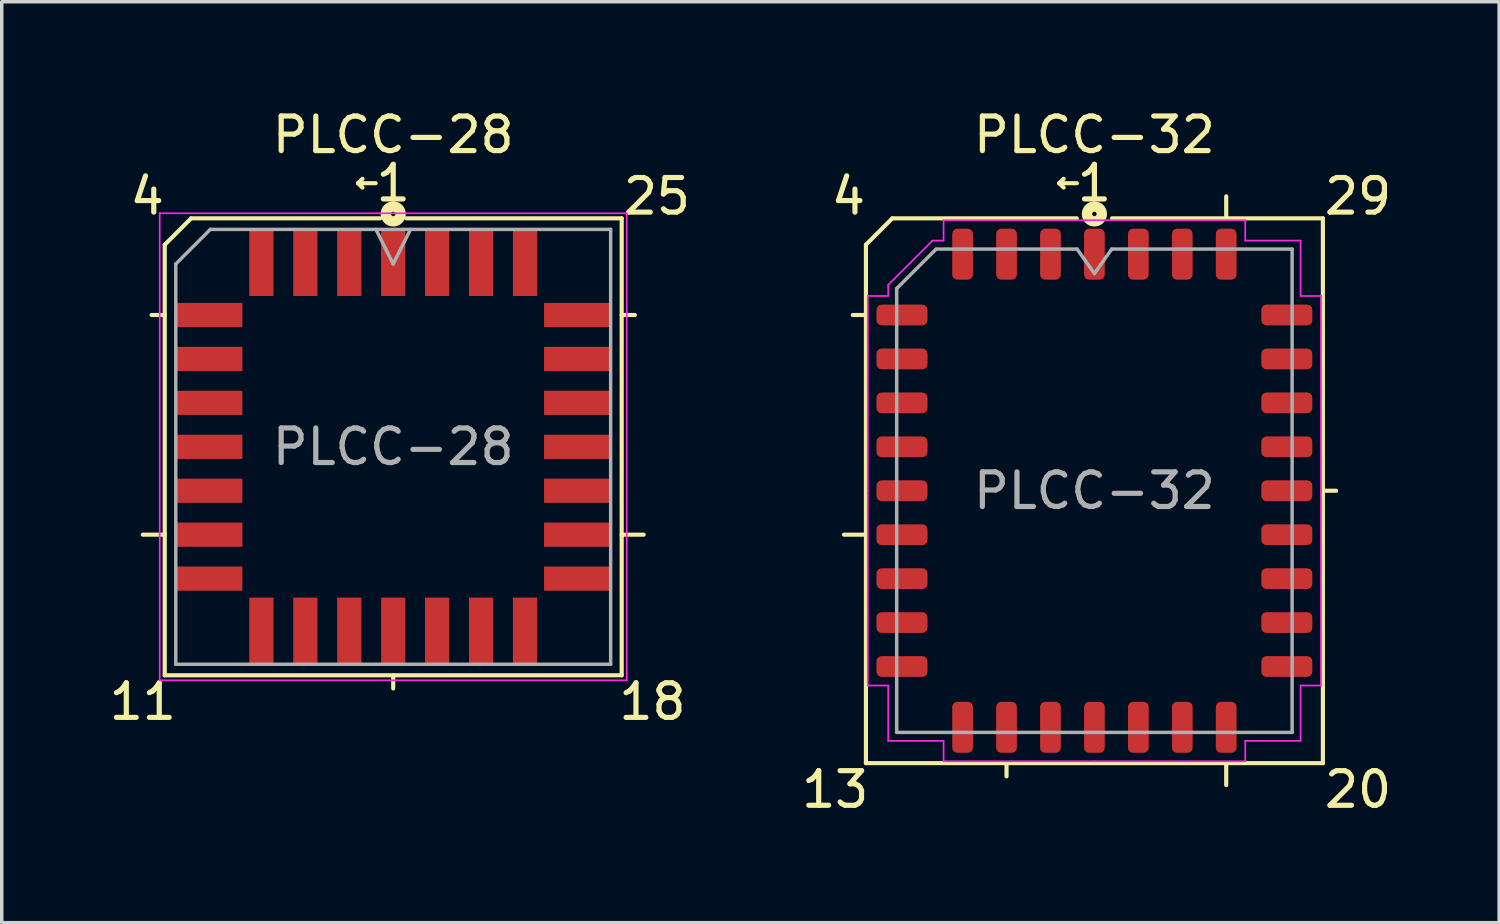
<source format=kicad_pcb>
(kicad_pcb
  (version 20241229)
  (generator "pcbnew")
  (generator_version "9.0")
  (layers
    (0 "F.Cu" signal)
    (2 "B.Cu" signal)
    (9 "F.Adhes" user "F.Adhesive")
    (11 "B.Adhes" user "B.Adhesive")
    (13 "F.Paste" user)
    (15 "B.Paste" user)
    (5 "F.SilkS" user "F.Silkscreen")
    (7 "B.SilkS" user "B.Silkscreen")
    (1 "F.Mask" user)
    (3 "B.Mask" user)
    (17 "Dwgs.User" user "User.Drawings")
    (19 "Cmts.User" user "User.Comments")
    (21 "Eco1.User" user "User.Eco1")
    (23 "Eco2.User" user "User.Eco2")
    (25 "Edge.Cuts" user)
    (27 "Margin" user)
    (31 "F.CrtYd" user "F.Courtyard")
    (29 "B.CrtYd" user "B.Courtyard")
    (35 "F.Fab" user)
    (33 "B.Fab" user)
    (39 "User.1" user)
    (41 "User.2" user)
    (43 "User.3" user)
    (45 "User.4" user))
  (footprint "PLCC-32"
    (layer "F.Cu")
    (at 28.584 11.135)
    (property "Reference" "PLCC-32" (at 0 -10.287 0) (layer "F.SilkS") (effects (font (size 1 1) (thickness 0.15))))
    (attr smd)
    (fp_line (start -6.604 -7.112) (end -6.604 7.874) (stroke (width 0.12) (type solid)) (layer "F.SilkS"))
    (fp_line (start -6.604 -5.08) (end -6.985 -5.08) (stroke (width 0.12) (type solid)) (layer "F.SilkS"))
    (fp_line (start -6.604 1.27) (end -7.239 1.27) (stroke (width 0.12) (type solid)) (layer "F.SilkS"))
    (fp_line (start -6.604 7.874) (end 6.604 7.874) (stroke (width 0.12) (type solid)) (layer "F.SilkS"))
    (fp_line (start -5.842 -7.874) (end -6.604 -7.112) (stroke (width 0.12) (type solid)) (layer "F.SilkS"))
    (fp_line (start -2.54 7.874) (end -2.54 8.255) (stroke (width 0.12) (type solid)) (layer "F.SilkS"))
    (fp_line (start -1.016 -8.89) (end -0.889 -9.017) (stroke (width 0.12) (type solid)) (layer "F.SilkS"))
    (fp_line (start -1.016 -8.89) (end -0.889 -8.763) (stroke (width 0.12) (type solid)) (layer "F.SilkS"))
    (fp_line (start -0.508 -8.89) (end -1.016 -8.89) (stroke (width 0.12) (type solid)) (layer "F.SilkS"))
    (fp_line (start -0.508 -7.874) (end -5.842 -7.874) (stroke (width 0.12) (type solid)) (layer "F.SilkS"))
    (fp_line (start 3.81 -7.874) (end 3.81 -8.509) (stroke (width 0.12) (type solid)) (layer "F.SilkS"))
    (fp_line (start 3.81 7.874) (end 3.81 8.509) (stroke (width 0.12) (type solid)) (layer "F.SilkS"))
    (fp_line (start 6.604 -7.874) (end 0.508 -7.874) (stroke (width 0.12) (type solid)) (layer "F.SilkS"))
    (fp_line (start 6.604 0) (end 6.985 0) (stroke (width 0.12) (type solid)) (layer "F.SilkS"))
    (fp_line (start 6.604 7.874) (end 6.604 -7.874) (stroke (width 0.12) (type solid)) (layer "F.SilkS"))
    (fp_circle (center 0 -8.001) (end 0.064 -8.001) (stroke (width 0.3) (type solid)) (fill no) (layer "F.SilkS"))
    (fp_line (start -6.55 -5.63) (end -6.55 0) (stroke (width 0.05) (type solid)) (layer "F.CrtYd"))
    (fp_line (start -6.55 5.63) (end -6.55 0) (stroke (width 0.05) (type solid)) (layer "F.CrtYd"))
    (fp_line (start -5.96 -5.95) (end -5.96 -5.63) (stroke (width 0.05) (type solid)) (layer "F.CrtYd"))
    (fp_line (start -5.96 -5.63) (end -6.55 -5.63) (stroke (width 0.05) (type solid)) (layer "F.CrtYd"))
    (fp_line (start -5.96 5.63) (end -6.55 5.63) (stroke (width 0.05) (type solid)) (layer "F.CrtYd"))
    (fp_line (start -5.96 7.23) (end -5.96 5.63) (stroke (width 0.05) (type solid)) (layer "F.CrtYd"))
    (fp_line (start -4.68 -7.23) (end -5.96 -5.95) (stroke (width 0.05) (type solid)) (layer "F.CrtYd"))
    (fp_line (start -4.36 -7.82) (end -4.36 -7.23) (stroke (width 0.05) (type solid)) (layer "F.CrtYd"))
    (fp_line (start -4.36 -7.23) (end -4.68 -7.23) (stroke (width 0.05) (type solid)) (layer "F.CrtYd"))
    (fp_line (start -4.36 7.23) (end -5.96 7.23) (stroke (width 0.05) (type solid)) (layer "F.CrtYd"))
    (fp_line (start -4.36 7.82) (end -4.36 7.23) (stroke (width 0.05) (type solid)) (layer "F.CrtYd"))
    (fp_line (start 0 -7.82) (end -4.36 -7.82) (stroke (width 0.05) (type solid)) (layer "F.CrtYd"))
    (fp_line (start 0 -7.82) (end 4.36 -7.82) (stroke (width 0.05) (type solid)) (layer "F.CrtYd"))
    (fp_line (start 0 7.82) (end -4.36 7.82) (stroke (width 0.05) (type solid)) (layer "F.CrtYd"))
    (fp_line (start 0 7.82) (end 4.36 7.82) (stroke (width 0.05) (type solid)) (layer "F.CrtYd"))
    (fp_line (start 4.36 -7.82) (end 4.36 -7.23) (stroke (width 0.05) (type solid)) (layer "F.CrtYd"))
    (fp_line (start 4.36 -7.23) (end 5.96 -7.23) (stroke (width 0.05) (type solid)) (layer "F.CrtYd"))
    (fp_line (start 4.36 7.23) (end 5.96 7.23) (stroke (width 0.05) (type solid)) (layer "F.CrtYd"))
    (fp_line (start 4.36 7.82) (end 4.36 7.23) (stroke (width 0.05) (type solid)) (layer "F.CrtYd"))
    (fp_line (start 5.96 -7.23) (end 5.96 -5.63) (stroke (width 0.05) (type solid)) (layer "F.CrtYd"))
    (fp_line (start 5.96 -5.63) (end 6.55 -5.63) (stroke (width 0.05) (type solid)) (layer "F.CrtYd"))
    (fp_line (start 5.96 5.63) (end 6.55 5.63) (stroke (width 0.05) (type solid)) (layer "F.CrtYd"))
    (fp_line (start 5.96 7.23) (end 5.96 5.63) (stroke (width 0.05) (type solid)) (layer "F.CrtYd"))
    (fp_line (start 6.55 -5.63) (end 6.55 0) (stroke (width 0.05) (type solid)) (layer "F.CrtYd"))
    (fp_line (start 6.55 5.63) (end 6.55 0) (stroke (width 0.05) (type solid)) (layer "F.CrtYd"))
    (fp_line (start -5.715 -5.845) (end -4.575 -6.985) (stroke (width 0.1) (type solid)) (layer "F.Fab"))
    (fp_line (start -5.715 6.985) (end -5.715 -5.845) (stroke (width 0.1) (type solid)) (layer "F.Fab"))
    (fp_line (start -4.575 -6.985) (end -0.5 -6.985) (stroke (width 0.1) (type solid)) (layer "F.Fab"))
    (fp_line (start -0.5 -6.985) (end 0 -6.278) (stroke (width 0.1) (type solid)) (layer "F.Fab"))
    (fp_line (start 0 -6.278) (end 0.5 -6.985) (stroke (width 0.1) (type solid)) (layer "F.Fab"))
    (fp_line (start 0.5 -6.985) (end 5.715 -6.985) (stroke (width 0.1) (type solid)) (layer "F.Fab"))
    (fp_line (start 5.715 -6.985) (end 5.715 6.985) (stroke (width 0.1) (type solid)) (layer "F.Fab"))
    (fp_line (start 5.715 6.985) (end -5.715 6.985) (stroke (width 0.1) (type solid)) (layer "F.Fab"))
    (fp_text user "29" (at 7.62 -8.509 0) (unlocked yes) (layer "F.SilkS") (effects (font (size 1 1) (thickness 0.15))))
    (fp_text user "4" (at -7.112 -8.509 0) (unlocked yes) (layer "F.SilkS") (effects (font (size 1 1) (thickness 0.15))))
    (fp_text user "13" (at -7.493 8.636 0) (unlocked yes) (layer "F.SilkS") (effects (font (size 1 1) (thickness 0.15))))
    (fp_text user "1" (at 0 -8.89 0) (unlocked yes) (layer "F.SilkS") (effects (font (size 1 1) (thickness 0.15))))
    (fp_text user "20" (at 7.62 8.636 0) (unlocked yes) (layer "F.SilkS") (effects (font (size 1 1) (thickness 0.15))))
    (fp_text user "${REFERENCE}" (at 0 0 0) (layer "F.Fab") (effects (font (size 1 1) (thickness 0.15))))
    (pad "1" smd roundrect (at 0 -6.838) (size 0.6 1.475) (layers "F.Cu" "F.Mask" "F.Paste") (roundrect_rratio 0.25))
    (pad "2" smd roundrect (at -1.27 -6.838) (size 0.6 1.475) (layers "F.Cu" "F.Mask" "F.Paste") (roundrect_rratio 0.25))
    (pad "3" smd roundrect (at -2.54 -6.838) (size 0.6 1.475) (layers "F.Cu" "F.Mask" "F.Paste") (roundrect_rratio 0.25))
    (pad "4" smd roundrect (at -3.81 -6.838) (size 0.6 1.475) (layers "F.Cu" "F.Mask" "F.Paste") (roundrect_rratio 0.25))
    (pad "5" smd roundrect (at -5.562 -5.08) (size 1.475 0.6) (layers "F.Cu" "F.Mask" "F.Paste") (roundrect_rratio 0.25))
    (pad "6" smd roundrect (at -5.562 -3.81) (size 1.475 0.6) (layers "F.Cu" "F.Mask" "F.Paste") (roundrect_rratio 0.25))
    (pad "7" smd roundrect (at -5.562 -2.54) (size 1.475 0.6) (layers "F.Cu" "F.Mask" "F.Paste") (roundrect_rratio 0.25))
    (pad "8" smd roundrect (at -5.562 -1.27) (size 1.475 0.6) (layers "F.Cu" "F.Mask" "F.Paste") (roundrect_rratio 0.25))
    (pad "9" smd roundrect (at -5.562 0) (size 1.475 0.6) (layers "F.Cu" "F.Mask" "F.Paste") (roundrect_rratio 0.25))
    (pad "10" smd roundrect (at -5.562 1.27) (size 1.475 0.6) (layers "F.Cu" "F.Mask" "F.Paste") (roundrect_rratio 0.25))
    (pad "11" smd roundrect (at -5.562 2.54) (size 1.475 0.6) (layers "F.Cu" "F.Mask" "F.Paste") (roundrect_rratio 0.25))
    (pad "12" smd roundrect (at -5.562 3.81) (size 1.475 0.6) (layers "F.Cu" "F.Mask" "F.Paste") (roundrect_rratio 0.25))
    (pad "13" smd roundrect (at -5.562 5.08) (size 1.475 0.6) (layers "F.Cu" "F.Mask" "F.Paste") (roundrect_rratio 0.25))
    (pad "14" smd roundrect (at -3.81 6.838) (size 0.6 1.475) (layers "F.Cu" "F.Mask" "F.Paste") (roundrect_rratio 0.25))
    (pad "15" smd roundrect (at -2.54 6.838) (size 0.6 1.475) (layers "F.Cu" "F.Mask" "F.Paste") (roundrect_rratio 0.25))
    (pad "16" smd roundrect (at -1.27 6.838) (size 0.6 1.475) (layers "F.Cu" "F.Mask" "F.Paste") (roundrect_rratio 0.25))
    (pad "17" smd roundrect (at 0 6.838) (size 0.6 1.475) (layers "F.Cu" "F.Mask" "F.Paste") (roundrect_rratio 0.25))
    (pad "18" smd roundrect (at 1.27 6.838) (size 0.6 1.475) (layers "F.Cu" "F.Mask" "F.Paste") (roundrect_rratio 0.25))
    (pad "19" smd roundrect (at 2.54 6.838) (size 0.6 1.475) (layers "F.Cu" "F.Mask" "F.Paste") (roundrect_rratio 0.25))
    (pad "20" smd roundrect (at 3.81 6.838) (size 0.6 1.475) (layers "F.Cu" "F.Mask" "F.Paste") (roundrect_rratio 0.25))
    (pad "21" smd roundrect (at 5.562 5.08) (size 1.475 0.6) (layers "F.Cu" "F.Mask" "F.Paste") (roundrect_rratio 0.25))
    (pad "22" smd roundrect (at 5.562 3.81) (size 1.475 0.6) (layers "F.Cu" "F.Mask" "F.Paste") (roundrect_rratio 0.25))
    (pad "23" smd roundrect (at 5.562 2.54) (size 1.475 0.6) (layers "F.Cu" "F.Mask" "F.Paste") (roundrect_rratio 0.25))
    (pad "24" smd roundrect (at 5.562 1.27) (size 1.475 0.6) (layers "F.Cu" "F.Mask" "F.Paste") (roundrect_rratio 0.25))
    (pad "25" smd roundrect (at 5.562 0) (size 1.475 0.6) (layers "F.Cu" "F.Mask" "F.Paste") (roundrect_rratio 0.25))
    (pad "26" smd roundrect (at 5.562 -1.27) (size 1.475 0.6) (layers "F.Cu" "F.Mask" "F.Paste") (roundrect_rratio 0.25))
    (pad "27" smd roundrect (at 5.562 -2.54) (size 1.475 0.6) (layers "F.Cu" "F.Mask" "F.Paste") (roundrect_rratio 0.25))
    (pad "28" smd roundrect (at 5.562 -3.81) (size 1.475 0.6) (layers "F.Cu" "F.Mask" "F.Paste") (roundrect_rratio 0.25))
    (pad "29" smd roundrect (at 5.562 -5.08) (size 1.475 0.6) (layers "F.Cu" "F.Mask" "F.Paste") (roundrect_rratio 0.25))
    (pad "30" smd roundrect (at 3.81 -6.838) (size 0.6 1.475) (layers "F.Cu" "F.Mask" "F.Paste") (roundrect_rratio 0.25))
    (pad "31" smd roundrect (at 2.54 -6.838) (size 0.6 1.475) (layers "F.Cu" "F.Mask" "F.Paste") (roundrect_rratio 0.25))
    (pad "32" smd roundrect (at 1.27 -6.838) (size 0.6 1.475) (layers "F.Cu" "F.Mask" "F.Paste") (roundrect_rratio 0.25)))
  (footprint "PLCC-28"
    (layer "F.Cu")
    (at 8.316 9.865)
    (property "Reference" "PLCC-28" (at 0 -9.017 0) (layer "F.SilkS") (effects (font (size 1 1) (thickness 0.15))))
    (attr smd)
    (fp_line (start -6.604 -5.842) (end -6.604 6.604) (stroke (width 0.12) (type solid)) (layer "F.SilkS"))
    (fp_line (start -6.604 -3.81) (end -6.985 -3.81) (stroke (width 0.12) (type solid)) (layer "F.SilkS"))
    (fp_line (start -6.604 2.54) (end -7.239 2.54) (stroke (width 0.12) (type solid)) (layer "F.SilkS"))
    (fp_line (start -6.604 6.604) (end 6.604 6.604) (stroke (width 0.12) (type solid)) (layer "F.SilkS"))
    (fp_line (start -5.842 -6.604) (end -6.604 -5.842) (stroke (width 0.12) (type solid)) (layer "F.SilkS"))
    (fp_line (start -1.016 -7.62) (end -0.889 -7.747) (stroke (width 0.12) (type solid)) (layer "F.SilkS"))
    (fp_line (start -1.016 -7.62) (end -0.889 -7.493) (stroke (width 0.12) (type solid)) (layer "F.SilkS"))
    (fp_line (start -0.508 -7.62) (end -1.016 -7.62) (stroke (width 0.12) (type solid)) (layer "F.SilkS"))
    (fp_line (start -0.381 -6.604) (end -5.842 -6.604) (stroke (width 0.12) (type solid)) (layer "F.SilkS"))
    (fp_line (start 0 6.604) (end 0 6.985) (stroke (width 0.12) (type solid)) (layer "F.SilkS"))
    (fp_line (start 6.604 -6.604) (end 0.381 -6.604) (stroke (width 0.12) (type solid)) (layer "F.SilkS"))
    (fp_line (start 6.604 -3.81) (end 6.985 -3.81) (stroke (width 0.12) (type solid)) (layer "F.SilkS"))
    (fp_line (start 6.604 2.54) (end 7.239 2.54) (stroke (width 0.12) (type solid)) (layer "F.SilkS"))
    (fp_line (start 6.604 6.604) (end 6.604 -6.604) (stroke (width 0.12) (type solid)) (layer "F.SilkS"))
    (fp_circle (center 0 -6.731) (end 0.064 -6.731) (stroke (width 0.3) (type solid)) (fill no) (layer "F.SilkS"))
    (fp_line (start -6.75 -6.75) (end -6.75 6.75) (stroke (width 0.05) (type solid)) (layer "F.CrtYd"))
    (fp_line (start -6.75 6.75) (end 6.75 6.75) (stroke (width 0.05) (type solid)) (layer "F.CrtYd"))
    (fp_line (start 6.75 -6.75) (end -6.75 -6.75) (stroke (width 0.05) (type solid)) (layer "F.CrtYd"))
    (fp_line (start 6.75 6.75) (end 6.75 -6.75) (stroke (width 0.05) (type solid)) (layer "F.CrtYd"))
    (fp_line (start -6.285 -5.285) (end -6.285 6.285) (stroke (width 0.1) (type solid)) (layer "F.Fab"))
    (fp_line (start -6.285 6.285) (end 6.285 6.285) (stroke (width 0.1) (type solid)) (layer "F.Fab"))
    (fp_line (start -5.285 -6.285) (end -6.285 -5.285) (stroke (width 0.1) (type solid)) (layer "F.Fab"))
    (fp_line (start -0.5 -6.285) (end 0 -5.285) (stroke (width 0.1) (type solid)) (layer "F.Fab"))
    (fp_line (start 0 -5.285) (end 0.5 -6.285) (stroke (width 0.1) (type solid)) (layer "F.Fab"))
    (fp_line (start 6.285 -6.285) (end -5.285 -6.285) (stroke (width 0.1) (type solid)) (layer "F.Fab"))
    (fp_line (start 6.285 6.285) (end 6.285 -6.285) (stroke (width 0.1) (type solid)) (layer "F.Fab"))
    (fp_text user "18" (at 7.493 7.366 0) (unlocked yes) (layer "F.SilkS") (effects (font (size 1 1) (thickness 0.15))))
    (fp_text user "1" (at 0 -7.62 0) (unlocked yes) (layer "F.SilkS") (effects (font (size 1 1) (thickness 0.15))))
    (fp_text user "11" (at -7.239 7.366 0) (unlocked yes) (layer "F.SilkS") (effects (font (size 1 1) (thickness 0.15))))
    (fp_text user "25" (at 7.62 -7.239 0) (unlocked yes) (layer "F.SilkS") (effects (font (size 1 1) (thickness 0.15))))
    (fp_text user "4" (at -7.112 -7.239 0) (unlocked yes) (layer "F.SilkS") (effects (font (size 1 1) (thickness 0.15))))
    (fp_text user "${REFERENCE}" (at 0 0 0) (layer "F.Fab") (effects (font (size 1 1) (thickness 0.15))))
    (pad "1" smd rect (at 0 -5.322) (size 0.7 1.925) (layers "F.Cu" "F.Mask" "F.Paste"))
    (pad "2" smd rect (at -1.27 -5.322) (size 0.7 1.925) (layers "F.Cu" "F.Mask" "F.Paste"))
    (pad "3" smd rect (at -2.54 -5.322) (size 0.7 1.925) (layers "F.Cu" "F.Mask" "F.Paste"))
    (pad "4" smd rect (at -3.81 -5.322) (size 0.7 1.925) (layers "F.Cu" "F.Mask" "F.Paste"))
    (pad "5" smd rect (at -5.322 -3.81) (size 1.925 0.7) (layers "F.Cu" "F.Mask" "F.Paste"))
    (pad "6" smd rect (at -5.322 -2.54) (size 1.925 0.7) (layers "F.Cu" "F.Mask" "F.Paste"))
    (pad "7" smd rect (at -5.322 -1.27) (size 1.925 0.7) (layers "F.Cu" "F.Mask" "F.Paste"))
    (pad "8" smd rect (at -5.322 0) (size 1.925 0.7) (layers "F.Cu" "F.Mask" "F.Paste"))
    (pad "9" smd rect (at -5.322 1.27) (size 1.925 0.7) (layers "F.Cu" "F.Mask" "F.Paste"))
    (pad "10" smd rect (at -5.322 2.54) (size 1.925 0.7) (layers "F.Cu" "F.Mask" "F.Paste"))
    (pad "11" smd rect (at -5.322 3.81) (size 1.925 0.7) (layers "F.Cu" "F.Mask" "F.Paste"))
    (pad "12" smd rect (at -3.81 5.322) (size 0.7 1.925) (layers "F.Cu" "F.Mask" "F.Paste"))
    (pad "13" smd rect (at -2.54 5.322) (size 0.7 1.925) (layers "F.Cu" "F.Mask" "F.Paste"))
    (pad "14" smd rect (at -1.27 5.322) (size 0.7 1.925) (layers "F.Cu" "F.Mask" "F.Paste"))
    (pad "15" smd rect (at 0 5.322) (size 0.7 1.925) (layers "F.Cu" "F.Mask" "F.Paste"))
    (pad "16" smd rect (at 1.27 5.322) (size 0.7 1.925) (layers "F.Cu" "F.Mask" "F.Paste"))
    (pad "17" smd rect (at 2.54 5.322) (size 0.7 1.925) (layers "F.Cu" "F.Mask" "F.Paste"))
    (pad "18" smd rect (at 3.81 5.322) (size 0.7 1.925) (layers "F.Cu" "F.Mask" "F.Paste"))
    (pad "19" smd rect (at 5.322 3.81) (size 1.925 0.7) (layers "F.Cu" "F.Mask" "F.Paste"))
    (pad "20" smd rect (at 5.322 2.54) (size 1.925 0.7) (layers "F.Cu" "F.Mask" "F.Paste"))
    (pad "21" smd rect (at 5.322 1.27) (size 1.925 0.7) (layers "F.Cu" "F.Mask" "F.Paste"))
    (pad "22" smd rect (at 5.322 0) (size 1.925 0.7) (layers "F.Cu" "F.Mask" "F.Paste"))
    (pad "23" smd rect (at 5.322 -1.27) (size 1.925 0.7) (layers "F.Cu" "F.Mask" "F.Paste"))
    (pad "24" smd rect (at 5.322 -2.54) (size 1.925 0.7) (layers "F.Cu" "F.Mask" "F.Paste"))
    (pad "25" smd rect (at 5.322 -3.81) (size 1.925 0.7) (layers "F.Cu" "F.Mask" "F.Paste"))
    (pad "26" smd rect (at 3.81 -5.322) (size 0.7 1.925) (layers "F.Cu" "F.Mask" "F.Paste"))
    (pad "27" smd rect (at 2.54 -5.322) (size 0.7 1.925) (layers "F.Cu" "F.Mask" "F.Paste"))
    (pad "28" smd rect (at 1.27 -5.322) (size 0.7 1.925) (layers "F.Cu" "F.Mask" "F.Paste")))
  (gr_rect
    (start -3 -3)
    (end 40.282 23.619)
    (stroke (width 0.1) (type default))
    (fill no)
    (layer "Edge.Cuts")))
</source>
